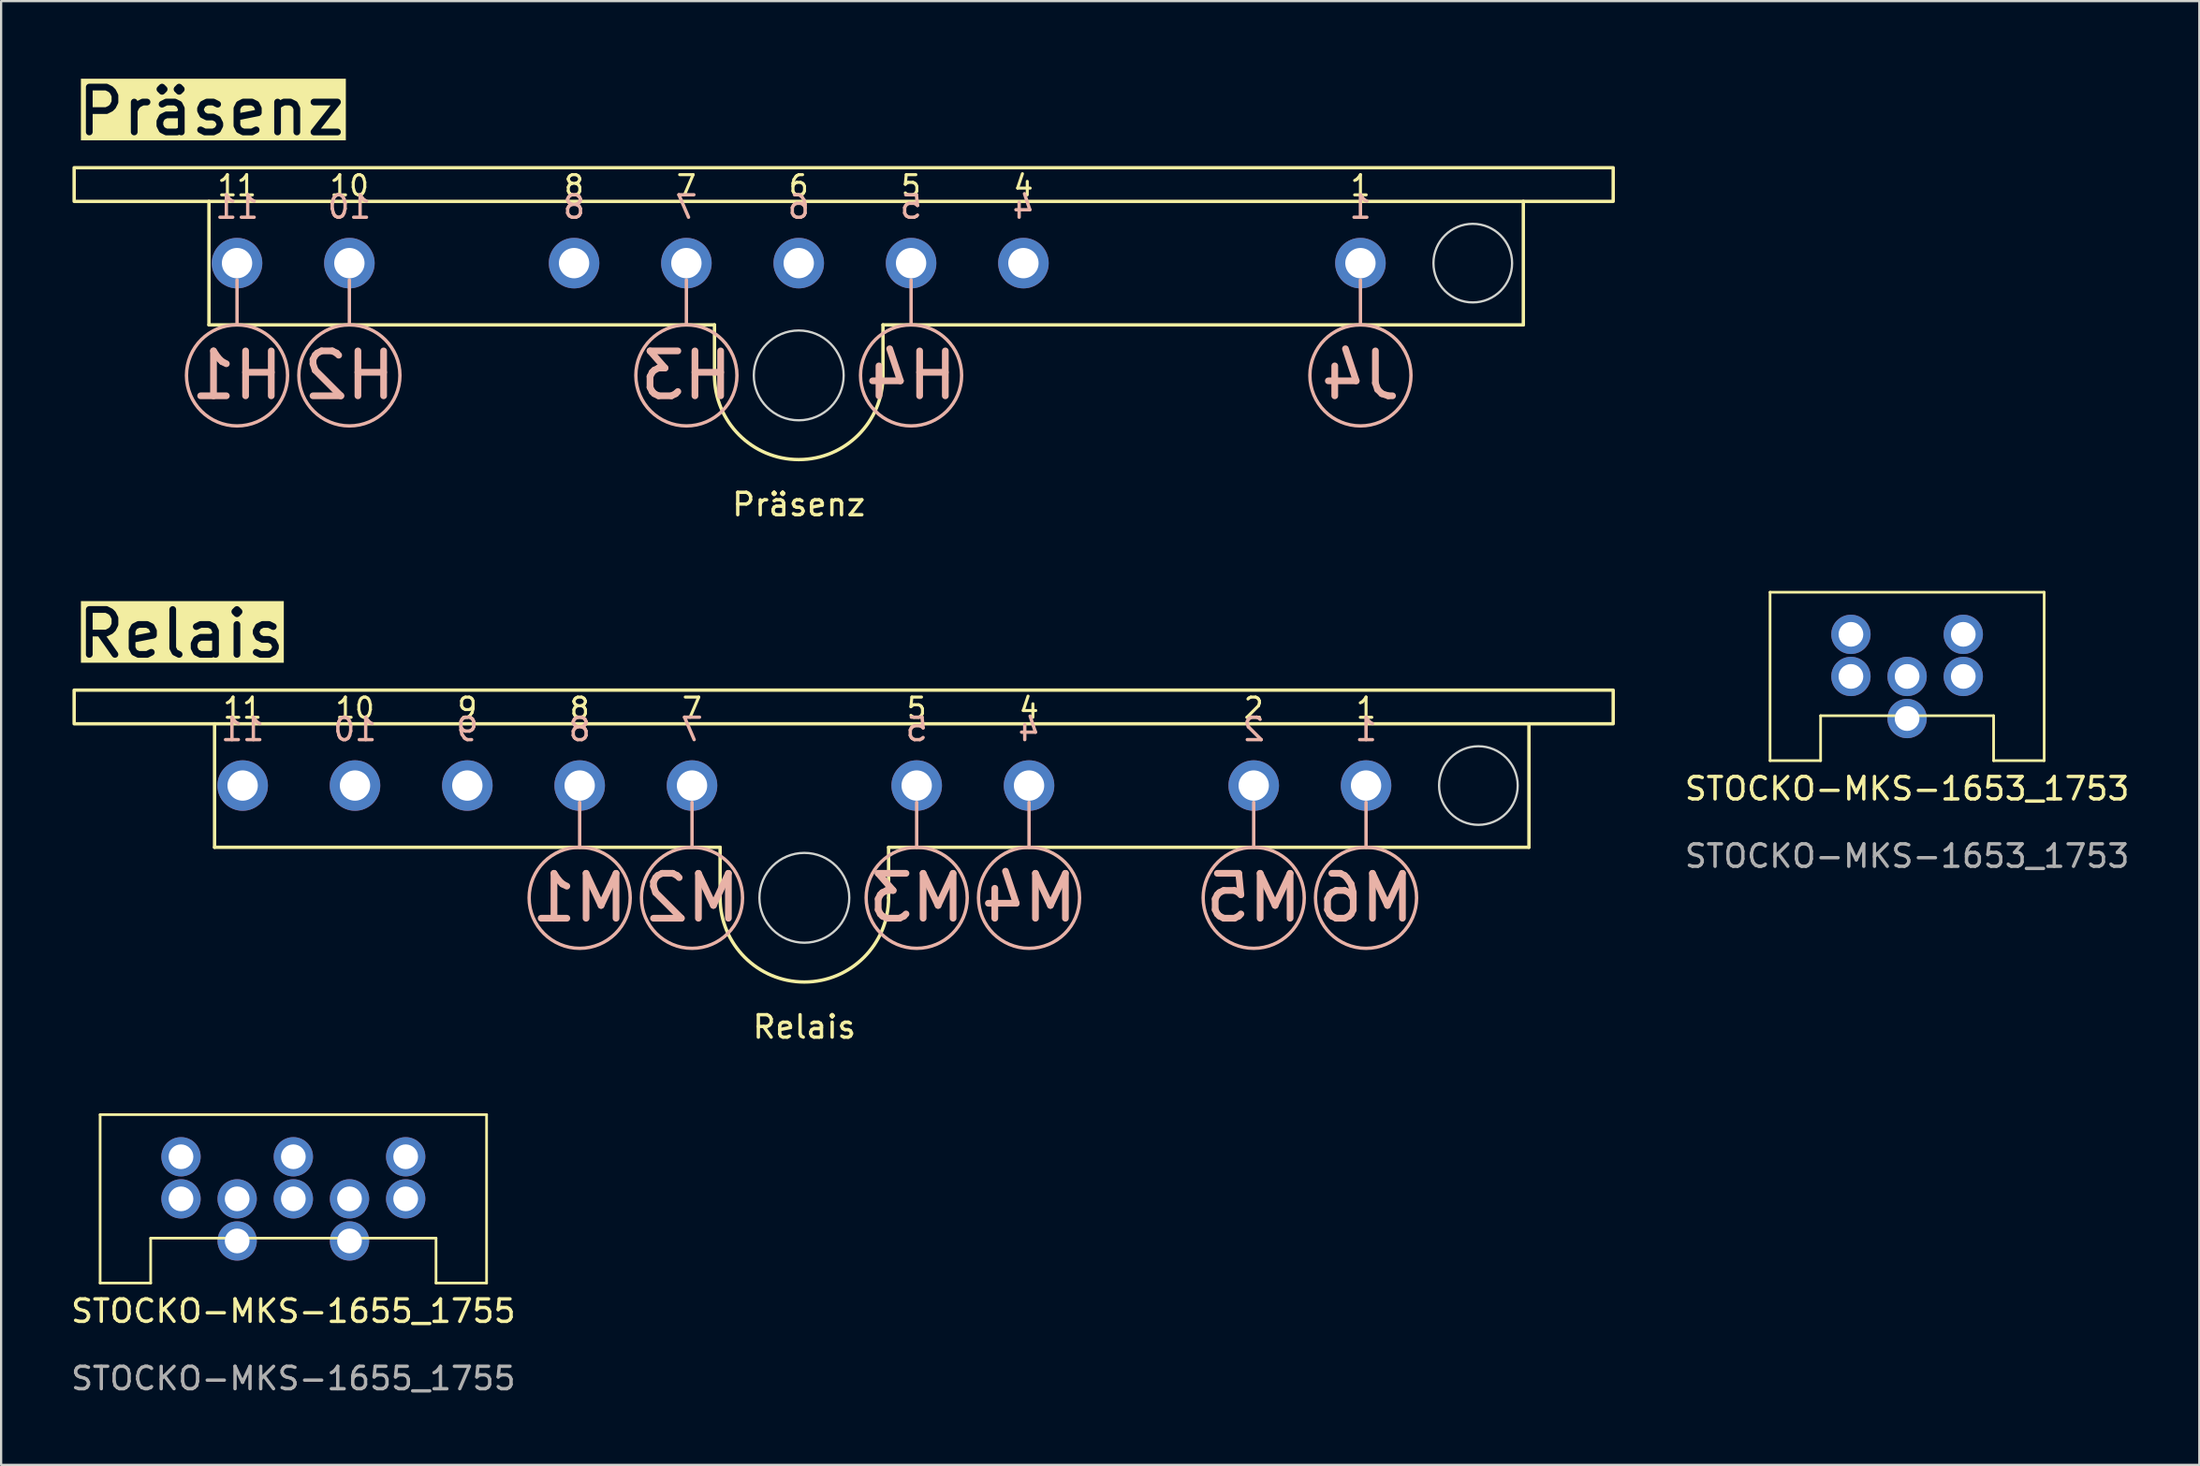
<source format=kicad_pcb>
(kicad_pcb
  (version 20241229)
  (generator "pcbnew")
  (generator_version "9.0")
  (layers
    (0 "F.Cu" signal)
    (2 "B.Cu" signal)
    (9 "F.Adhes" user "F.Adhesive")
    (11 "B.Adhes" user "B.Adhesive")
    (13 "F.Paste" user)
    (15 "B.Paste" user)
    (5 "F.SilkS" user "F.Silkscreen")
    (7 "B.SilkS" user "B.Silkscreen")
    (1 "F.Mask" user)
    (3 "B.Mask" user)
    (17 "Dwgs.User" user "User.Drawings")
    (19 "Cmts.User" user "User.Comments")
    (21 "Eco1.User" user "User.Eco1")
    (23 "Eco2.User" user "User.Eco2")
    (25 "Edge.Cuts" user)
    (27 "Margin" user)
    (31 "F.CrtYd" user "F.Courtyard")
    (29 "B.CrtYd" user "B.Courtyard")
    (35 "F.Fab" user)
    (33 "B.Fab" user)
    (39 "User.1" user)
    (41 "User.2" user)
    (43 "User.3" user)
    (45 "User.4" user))
  (footprint "Relais"
    (layer "F.Cu")
    (at 0.25 27.686)
    (property "Reference" "Relais" (at 32.5 15 0) (unlocked yes) (layer "F.SilkS") (effects (font (size 1 1) (thickness 0.15))))
    (attr through_hole)
    (fp_line (start 6.25 7) (end 6.25 1.5) (stroke (width 0.15) (type default)) (layer "F.SilkS"))
    (fp_line (start 28.75 7) (end 6.25 7) (stroke (width 0.15) (type default)) (layer "F.SilkS"))
    (fp_line (start 28.75 7) (end 28.75 9.25) (stroke (width 0.15) (type default)) (layer "F.SilkS"))
    (fp_line (start 36.25 7) (end 36.25 9.25) (stroke (width 0.15) (type default)) (layer "F.SilkS"))
    (fp_line (start 64.75 1.5) (end 64.75 7) (stroke (width 0.15) (type default)) (layer "F.SilkS"))
    (fp_line (start 64.75 7) (end 36.25 7) (stroke (width 0.15) (type default)) (layer "F.SilkS"))
    (fp_rect (start 68.5 0) (end 0 1.5) (stroke (width 0.15) (type default)) (fill no) (layer "F.SilkS"))
    (fp_arc (start 36.25 9.25) (mid 32.5 13) (end 28.75 9.25) (stroke (width 0.15) (type default)) (layer "F.SilkS"))
    (fp_line (start 22.5 7) (end 22.5 5) (stroke (width 0.15) (type default)) (layer "B.SilkS"))
    (fp_line (start 27.5 7) (end 27.5 5) (stroke (width 0.15) (type default)) (layer "B.SilkS"))
    (fp_line (start 37.5 7) (end 37.5 5) (stroke (width 0.15) (type default)) (layer "B.SilkS"))
    (fp_line (start 42.5 7) (end 42.5 5) (stroke (width 0.15) (type default)) (layer "B.SilkS"))
    (fp_line (start 52.5 7) (end 52.5 5) (stroke (width 0.15) (type default)) (layer "B.SilkS"))
    (fp_line (start 57.5 7) (end 57.5 5) (stroke (width 0.15) (type default)) (layer "B.SilkS"))
    (fp_circle (center 22.5 9.25) (end 20.25 9.25) (stroke (width 0.15) (type default)) (fill no) (layer "B.SilkS"))
    (fp_circle (center 27.5 9.25) (end 25.25 9.25) (stroke (width 0.15) (type default)) (fill no) (layer "B.SilkS"))
    (fp_circle (center 37.5 9.25) (end 35.25 9.25) (stroke (width 0.15) (type default)) (fill no) (layer "B.SilkS"))
    (fp_circle (center 42.5 9.25) (end 40.25 9.25) (stroke (width 0.15) (type default)) (fill no) (layer "B.SilkS"))
    (fp_circle (center 52.5 9.25) (end 50.25 9.25) (stroke (width 0.15) (type default)) (fill no) (layer "B.SilkS"))
    (fp_circle (center 57.5 9.25) (end 55.25 9.25) (stroke (width 0.15) (type default)) (fill no) (layer "B.SilkS"))
    (fp_circle (center 32.5 9.25) (end 34.5 9.25) (stroke (width 0.1) (type default)) (fill no) (layer "Edge.Cuts"))
    (fp_circle (center 62.5 4.25) (end 64.25 4.25) (stroke (width 0.1) (type default)) (fill no) (layer "Edge.Cuts"))
    (fp_text user "1" (at 57.5 0.8 0) (unlocked yes) (layer "F.SilkS") (effects (font (size 0.9 0.9) (thickness 0.135))))
    (fp_text user "9" (at 17.5 0.8 0) (unlocked yes) (layer "F.SilkS") (effects (font (size 0.9 0.9) (thickness 0.135))))
    (fp_text user "2" (at 52.5 0.8 0) (unlocked yes) (layer "F.SilkS") (effects (font (size 0.9 0.9) (thickness 0.135))))
    (fp_text user "7" (at 27.5 0.8 0) (unlocked yes) (layer "F.SilkS") (effects (font (size 0.9 0.9) (thickness 0.135))))
    (fp_text user "11" (at 7.5 0.8 0) (unlocked yes) (layer "F.SilkS") (effects (font (size 0.9 0.9) (thickness 0.135))))
    (fp_text user "Relais" (at 0 -2.5 0) (unlocked yes) (layer "F.SilkS" knockout) (effects (font (size 2 2) (thickness 0.3)) (justify left)))
    (fp_text user "5" (at 37.5 0.8 0) (unlocked yes) (layer "F.SilkS") (effects (font (size 0.9 0.9) (thickness 0.135))))
    (fp_text user "8" (at 22.5 0.8 0) (unlocked yes) (layer "F.SilkS") (effects (font (size 0.9 0.9) (thickness 0.135))))
    (fp_text user "4" (at 42.5 0.8 0) (unlocked yes) (layer "F.SilkS") (effects (font (size 0.9 0.9) (thickness 0.135))))
    (fp_text user "10" (at 12.5 0.8 0) (unlocked yes) (layer "F.SilkS") (effects (font (size 0.9 0.9) (thickness 0.135))))
    (fp_text user "5" (at 37.5 1.75 0) (unlocked yes) (layer "B.SilkS") (effects (font (size 1 1) (thickness 0.15)) (justify mirror)))
    (fp_text user "8" (at 22.5 1.75 0) (unlocked yes) (layer "B.SilkS") (effects (font (size 1 1) (thickness 0.15)) (justify mirror)))
    (fp_text user "4" (at 42.5 1.75 0) (unlocked yes) (layer "B.SilkS") (effects (font (size 1 1) (thickness 0.15)) (justify mirror)))
    (fp_text user "7" (at 27.5 1.75 0) (unlocked yes) (layer "B.SilkS") (effects (font (size 1 1) (thickness 0.15)) (justify mirror)))
    (fp_text user "M5" (at 52.5 9.25 0) (unlocked yes) (layer "B.SilkS") (effects (font (size 2 2) (thickness 0.3)) (justify mirror)))
    (fp_text user "M1" (at 22.5 9.25 0) (unlocked yes) (layer "B.SilkS") (effects (font (size 2 2) (thickness 0.3)) (justify mirror)))
    (fp_text user "9" (at 17.5 1.75 0) (unlocked yes) (layer "B.SilkS") (effects (font (size 1 1) (thickness 0.15)) (justify mirror)))
    (fp_text user "M4" (at 42.5 9.25 0) (unlocked yes) (layer "B.SilkS") (effects (font (size 2 2) (thickness 0.3)) (justify mirror)))
    (fp_text user "10" (at 12.5 1.75 0) (unlocked yes) (layer "B.SilkS") (effects (font (size 1 1) (thickness 0.15)) (justify mirror)))
    (fp_text user "M6" (at 57.5 9.25 0) (unlocked yes) (layer "B.SilkS") (effects (font (size 2 2) (thickness 0.3)) (justify mirror)))
    (fp_text user "11" (at 7.5 1.75 0) (unlocked yes) (layer "B.SilkS") (effects (font (size 1 1) (thickness 0.15)) (justify mirror)))
    (fp_text user "M3" (at 37.5 9.25 0) (unlocked yes) (layer "B.SilkS") (effects (font (size 2 2) (thickness 0.3)) (justify mirror)))
    (fp_text user "M2" (at 27.5 9.25 0) (unlocked yes) (layer "B.SilkS") (effects (font (size 2 2) (thickness 0.3)) (justify mirror)))
    (fp_text user "2" (at 52.5 1.75 0) (unlocked yes) (layer "B.SilkS") (effects (font (size 1 1) (thickness 0.15)) (justify mirror)))
    (fp_text user "1" (at 57.5 1.75 0) (unlocked yes) (layer "B.SilkS") (effects (font (size 1 1) (thickness 0.15)) (justify mirror)))
    (pad "1" thru_hole circle (at 57.5 4.25) (size 2.25 2.25) (drill 1.35) (layers "*.Cu" "B.Mask") (remove_unused_layers yes) (keep_end_layers yes) (zone_layer_connections))
    (pad "2" thru_hole circle (at 52.5 4.25) (size 2.25 2.25) (drill 1.35) (layers "*.Cu" "B.Mask") (remove_unused_layers yes) (keep_end_layers yes) (zone_layer_connections))
    (pad "4" thru_hole circle (at 42.5 4.25) (size 2.25 2.25) (drill 1.35) (layers "*.Cu" "B.Mask") (remove_unused_layers yes) (keep_end_layers yes) (zone_layer_connections))
    (pad "5" thru_hole circle (at 37.5 4.25) (size 2.25 2.25) (drill 1.35) (layers "*.Cu" "B.Mask") (remove_unused_layers yes) (keep_end_layers yes) (zone_layer_connections))
    (pad "7" thru_hole circle (at 27.5 4.25) (size 2.25 2.25) (drill 1.35) (layers "*.Cu" "B.Mask") (remove_unused_layers yes) (keep_end_layers yes) (zone_layer_connections))
    (pad "8" thru_hole circle (at 22.5 4.25) (size 2.25 2.25) (drill 1.35) (layers "*.Cu" "B.Mask") (remove_unused_layers yes) (keep_end_layers yes) (zone_layer_connections))
    (pad "9" thru_hole circle (at 17.5 4.25) (size 2.25 2.25) (drill 1.35) (layers "*.Cu" "B.Mask") (remove_unused_layers yes) (keep_end_layers yes) (zone_layer_connections))
    (pad "10" thru_hole circle (at 12.5 4.25) (size 2.25 2.25) (drill 1.35) (layers "*.Cu" "B.Mask") (remove_unused_layers yes) (keep_end_layers yes) (zone_layer_connections))
    (pad "11" thru_hole circle (at 7.5 4.25) (size 2.25 2.25) (drill 1.35) (layers "*.Cu" "B.Mask") (remove_unused_layers yes) (keep_end_layers yes) (zone_layer_connections)))
  (footprint "STOCKO-MKS-1653_1753"
    (layer "F.Cu")
    (at 79.331 27.077)
    (property "Reference" "STOCKO-MKS-1653_1753" (at 2.5 5 0) (unlocked yes) (layer "F.SilkS") (effects (font (size 1 1) (thickness 0.15))))
    (attr through_hole)
    (fp_line (start -3.6 -3.75) (end -3.6 3.75) (stroke (width 0.12) (type default)) (layer "F.SilkS"))
    (fp_line (start -3.6 -3.75) (end 8.6 -3.75) (stroke (width 0.12) (type default)) (layer "F.SilkS"))
    (fp_line (start -1.35 1.75) (end 6.35 1.75) (stroke (width 0.12) (type default)) (layer "F.SilkS"))
    (fp_line (start -1.35 3.75) (end -3.6 3.75) (stroke (width 0.12) (type default)) (layer "F.SilkS"))
    (fp_line (start -1.35 3.75) (end -1.35 1.75) (stroke (width 0.12) (type default)) (layer "F.SilkS"))
    (fp_line (start 6.35 3.75) (end 6.35 1.75) (stroke (width 0.12) (type default)) (layer "F.SilkS"))
    (fp_line (start 8.6 3.75) (end 6.35 3.75) (stroke (width 0.12) (type default)) (layer "F.SilkS"))
    (fp_line (start 8.6 3.75) (end 8.6 -3.75) (stroke (width 0.12) (type default)) (layer "F.SilkS"))
    (fp_text user "${REFERENCE}" (at 2.5 8 0) (unlocked yes) (layer "F.Fab") (effects (font (size 1 1) (thickness 0.15))))
    (pad "1" thru_hole circle (at 0 -1.875) (size 1.75 1.75) (drill 1.1) (layers "*.Cu" "B.Mask"))
    (pad "1" thru_hole circle (at 0 0) (size 1.75 1.75) (drill 1.1) (layers "*.Cu" "B.Mask"))
    (pad "2" thru_hole circle (at 2.5 0) (size 1.75 1.75) (drill 1.1) (layers "*.Cu" "B.Mask"))
    (pad "2" thru_hole circle (at 2.5 1.875) (size 1.75 1.75) (drill 1.1) (layers "*.Cu" "B.Mask"))
    (pad "3" thru_hole circle (at 5 -1.875) (size 1.75 1.75) (drill 1.1) (layers "*.Cu" "B.Mask"))
    (pad "3" thru_hole circle (at 5 0) (size 1.75 1.75) (drill 1.1) (layers "*.Cu" "B.Mask")))
  (footprint "STOCKO-MKS-1655_1755"
    (layer "F.Cu")
    (at 5.006 50.344)
    (property "Reference" "STOCKO-MKS-1655_1755" (at 5 5 0) (unlocked yes) (layer "F.SilkS") (effects (font (size 1 1) (thickness 0.15))))
    (attr through_hole)
    (fp_line (start -3.6 -3.75) (end -3.6 3.75) (stroke (width 0.12) (type default)) (layer "F.SilkS"))
    (fp_line (start -3.6 -3.75) (end 13.6 -3.75) (stroke (width 0.12) (type default)) (layer "F.SilkS"))
    (fp_line (start -1.35 1.75) (end 11.35 1.75) (stroke (width 0.12) (type default)) (layer "F.SilkS"))
    (fp_line (start -1.35 3.75) (end -3.6 3.75) (stroke (width 0.12) (type default)) (layer "F.SilkS"))
    (fp_line (start -1.35 3.75) (end -1.35 1.75) (stroke (width 0.12) (type default)) (layer "F.SilkS"))
    (fp_line (start 11.35 3.75) (end 11.35 1.75) (stroke (width 0.12) (type default)) (layer "F.SilkS"))
    (fp_line (start 13.6 3.75) (end 11.35 3.75) (stroke (width 0.12) (type default)) (layer "F.SilkS"))
    (fp_line (start 13.6 3.75) (end 13.6 -3.75) (stroke (width 0.12) (type default)) (layer "F.SilkS"))
    (fp_text user "${REFERENCE}" (at 5 8 0) (unlocked yes) (layer "F.Fab") (effects (font (size 1 1) (thickness 0.15))))
    (pad "1" thru_hole circle (at 0 -1.875) (size 1.75 1.75) (drill 1.1) (layers "*.Cu" "B.Mask"))
    (pad "1" thru_hole circle (at 0 0) (size 1.75 1.75) (drill 1.1) (layers "*.Cu" "B.Mask"))
    (pad "2" thru_hole circle (at 2.5 0) (size 1.75 1.75) (drill 1.1) (layers "*.Cu" "B.Mask"))
    (pad "2" thru_hole circle (at 2.5 1.875) (size 1.75 1.75) (drill 1.1) (layers "*.Cu" "B.Mask"))
    (pad "3" thru_hole circle (at 5 -1.875) (size 1.75 1.75) (drill 1.1) (layers "*.Cu" "B.Mask"))
    (pad "3" thru_hole circle (at 5 0) (size 1.75 1.75) (drill 1.1) (layers "*.Cu" "B.Mask"))
    (pad "4" thru_hole circle (at 7.5 0) (size 1.75 1.75) (drill 1.1) (layers "*.Cu" "B.Mask"))
    (pad "4" thru_hole circle (at 7.5 1.875) (size 1.75 1.75) (drill 1.1) (layers "*.Cu" "B.Mask"))
    (pad "5" thru_hole circle (at 10 -1.875) (size 1.75 1.75) (drill 1.1) (layers "*.Cu" "B.Mask"))
    (pad "5" thru_hole circle (at 10 0) (size 1.75 1.75) (drill 1.1) (layers "*.Cu" "B.Mask")))
  (footprint "Präsenz"
    (layer "F.Cu")
    (at 0.25 4.419)
    (property "Reference" "Präsenz" (at 32.25 15 0) (unlocked yes) (layer "F.SilkS") (effects (font (size 1 1) (thickness 0.15))))
    (attr through_hole)
    (fp_line (start 6 7) (end 6 1.5) (stroke (width 0.15) (type default)) (layer "F.SilkS"))
    (fp_line (start 28.5 7) (end 6 7) (stroke (width 0.15) (type default)) (layer "F.SilkS"))
    (fp_line (start 28.5 7) (end 28.5 9.25) (stroke (width 0.15) (type default)) (layer "F.SilkS"))
    (fp_line (start 36 7) (end 36 9.25) (stroke (width 0.15) (type default)) (layer "F.SilkS"))
    (fp_line (start 64.5 1.5) (end 64.5 7) (stroke (width 0.15) (type default)) (layer "F.SilkS"))
    (fp_line (start 64.5 7) (end 36 7) (stroke (width 0.15) (type default)) (layer "F.SilkS"))
    (fp_rect (start 68.5 0) (end 0 1.5) (stroke (width 0.15) (type default)) (fill no) (layer "F.SilkS"))
    (fp_arc (start 36 9.25) (mid 32.25 13) (end 28.5 9.25) (stroke (width 0.15) (type default)) (layer "F.SilkS"))
    (fp_line (start 7.25 7) (end 7.25 5) (stroke (width 0.15) (type default)) (layer "B.SilkS"))
    (fp_line (start 12.25 7) (end 12.25 5) (stroke (width 0.15) (type default)) (layer "B.SilkS"))
    (fp_line (start 27.25 7) (end 27.25 5) (stroke (width 0.15) (type default)) (layer "B.SilkS"))
    (fp_line (start 37.25 7) (end 37.25 5) (stroke (width 0.15) (type default)) (layer "B.SilkS"))
    (fp_line (start 57.25 7) (end 57.25 5) (stroke (width 0.15) (type default)) (layer "B.SilkS"))
    (fp_circle (center 7.25 9.25) (end 5 9.25) (stroke (width 0.15) (type default)) (fill no) (layer "B.SilkS"))
    (fp_circle (center 12.25 9.25) (end 10 9.25) (stroke (width 0.15) (type default)) (fill no) (layer "B.SilkS"))
    (fp_circle (center 27.25 9.25) (end 25 9.25) (stroke (width 0.15) (type default)) (fill no) (layer "B.SilkS"))
    (fp_circle (center 37.25 9.25) (end 35 9.25) (stroke (width 0.15) (type default)) (fill no) (layer "B.SilkS"))
    (fp_circle (center 57.25 9.25) (end 55 9.25) (stroke (width 0.15) (type default)) (fill no) (layer "B.SilkS"))
    (fp_circle (center 32.25 9.25) (end 34.25 9.25) (stroke (width 0.1) (type default)) (fill no) (layer "Edge.Cuts"))
    (fp_circle (center 62.25 4.25) (end 64 4.25) (stroke (width 0.1) (type default)) (fill no) (layer "Edge.Cuts"))
    (fp_text user "7" (at 27.25 0.8 0) (unlocked yes) (layer "F.SilkS") (effects (font (size 0.9 0.9) (thickness 0.135))))
    (fp_text user "11" (at 7.25 0.8 0) (unlocked yes) (layer "F.SilkS") (effects (font (size 0.9 0.9) (thickness 0.135))))
    (fp_text user "4" (at 42.25 0.8 0) (unlocked yes) (layer "F.SilkS") (effects (font (size 0.9 0.9) (thickness 0.135))))
    (fp_text user "10" (at 12.25 0.8 0) (unlocked yes) (layer "F.SilkS") (effects (font (size 0.9 0.9) (thickness 0.135))))
    (fp_text user "6" (at 32.25 0.8 0) (unlocked yes) (layer "F.SilkS") (effects (font (size 0.9 0.9) (thickness 0.135))))
    (fp_text user "Präsenz" (at 0 -2.5 0) (unlocked yes) (layer "F.SilkS" knockout) (effects (font (size 2 2) (thickness 0.3)) (justify left)))
    (fp_text user "1" (at 57.25 0.8 0) (unlocked yes) (layer "F.SilkS") (effects (font (size 0.9 0.9) (thickness 0.135))))
    (fp_text user "8" (at 22.25 0.8 0) (unlocked yes) (layer "F.SilkS") (effects (font (size 0.9 0.9) (thickness 0.135))))
    (fp_text user "5" (at 37.25 0.8 0) (unlocked yes) (layer "F.SilkS") (effects (font (size 0.9 0.9) (thickness 0.135))))
    (fp_text user "H2" (at 12.25 9.25 0) (unlocked yes) (layer "B.SilkS") (effects (font (size 2 2) (thickness 0.3)) (justify mirror)))
    (fp_text user "6" (at 32.25 1.75 0) (unlocked yes) (layer "B.SilkS") (effects (font (size 1 1) (thickness 0.15)) (justify mirror)))
    (fp_text user "10" (at 12.25 1.75 0) (unlocked yes) (layer "B.SilkS") (effects (font (size 1 1) (thickness 0.15)) (justify mirror)))
    (fp_text user "H4" (at 37.25 9.25 0) (unlocked yes) (layer "B.SilkS") (effects (font (size 2 2) (thickness 0.3)) (justify mirror)))
    (fp_text user "H1" (at 7.25 9.25 0) (unlocked yes) (layer "B.SilkS") (effects (font (size 2 2) (thickness 0.3)) (justify mirror)))
    (fp_text user "1" (at 57.25 1.75 0) (unlocked yes) (layer "B.SilkS") (effects (font (size 1 1) (thickness 0.15)) (justify mirror)))
    (fp_text user "J4" (at 57.25 9.25 0) (unlocked yes) (layer "B.SilkS") (effects (font (size 2 2) (thickness 0.3)) (justify mirror)))
    (fp_text user "H3" (at 27.25 9.25 0) (unlocked yes) (layer "B.SilkS") (effects (font (size 2 2) (thickness 0.3)) (justify mirror)))
    (fp_text user "7" (at 27.25 1.75 0) (unlocked yes) (layer "B.SilkS") (effects (font (size 1 1) (thickness 0.15)) (justify mirror)))
    (fp_text user "11" (at 7.25 1.75 0) (unlocked yes) (layer "B.SilkS") (effects (font (size 1 1) (thickness 0.15)) (justify mirror)))
    (fp_text user "8" (at 22.25 1.75 0) (unlocked yes) (layer "B.SilkS") (effects (font (size 1 1) (thickness 0.15)) (justify mirror)))
    (fp_text user "4" (at 42.25 1.75 0) (unlocked yes) (layer "B.SilkS") (effects (font (size 1 1) (thickness 0.15)) (justify mirror)))
    (fp_text user "5" (at 37.25 1.75 0) (unlocked yes) (layer "B.SilkS") (effects (font (size 1 1) (thickness 0.15)) (justify mirror)))
    (pad "1" thru_hole circle (at 57.25 4.25) (size 2.25 2.25) (drill 1.35) (layers "*.Cu" "B.Mask") (remove_unused_layers yes) (keep_end_layers yes) (zone_layer_connections))
    (pad "4" thru_hole circle (at 42.25 4.25) (size 2.25 2.25) (drill 1.35) (layers "*.Cu" "B.Mask") (remove_unused_layers yes) (keep_end_layers yes) (zone_layer_connections))
    (pad "5" thru_hole circle (at 37.25 4.25) (size 2.25 2.25) (drill 1.35) (layers "*.Cu" "B.Mask") (remove_unused_layers yes) (keep_end_layers yes) (zone_layer_connections))
    (pad "6" thru_hole circle (at 32.25 4.25) (size 2.25 2.25) (drill 1.35) (layers "*.Cu" "B.Mask") (remove_unused_layers yes) (keep_end_layers yes) (zone_layer_connections))
    (pad "7" thru_hole circle (at 27.25 4.25) (size 2.25 2.25) (drill 1.35) (layers "*.Cu" "B.Mask") (remove_unused_layers yes) (keep_end_layers yes) (zone_layer_connections))
    (pad "8" thru_hole circle (at 22.25 4.25) (size 2.25 2.25) (drill 1.35) (layers "*.Cu" "B.Mask") (remove_unused_layers yes) (keep_end_layers yes) (zone_layer_connections))
    (pad "10" thru_hole circle (at 12.25 4.25) (size 2.25 2.25) (drill 1.35) (layers "*.Cu" "B.Mask") (remove_unused_layers yes) (keep_end_layers yes) (zone_layer_connections))
    (pad "11" thru_hole circle (at 7.25 4.25) (size 2.25 2.25) (drill 1.35) (layers "*.Cu" "B.Mask") (remove_unused_layers yes) (keep_end_layers yes) (zone_layer_connections)))
  (gr_rect
    (start -3 -3)
    (end 94.837 62.192)
    (stroke (width 0.1) (type default))
    (fill no)
    (layer "Edge.Cuts")))
</source>
